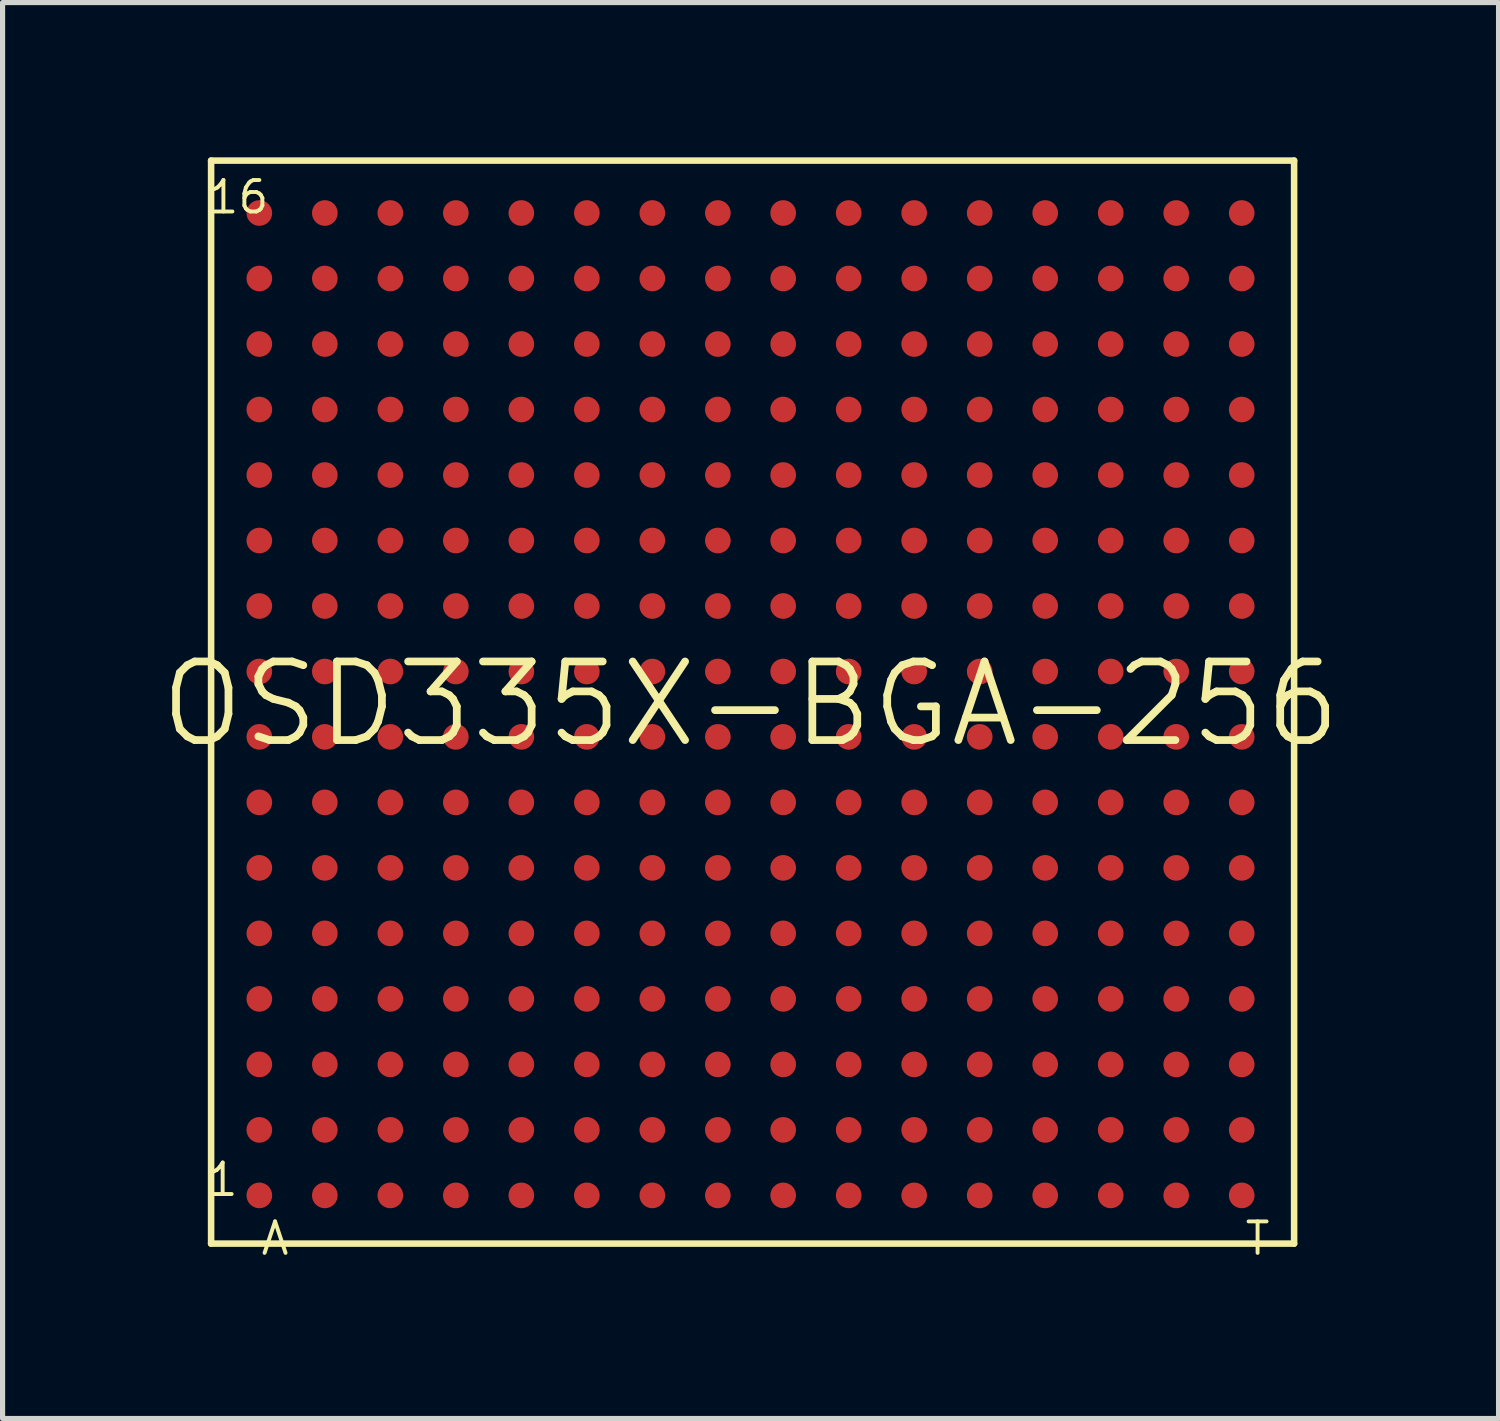
<source format=kicad_pcb>
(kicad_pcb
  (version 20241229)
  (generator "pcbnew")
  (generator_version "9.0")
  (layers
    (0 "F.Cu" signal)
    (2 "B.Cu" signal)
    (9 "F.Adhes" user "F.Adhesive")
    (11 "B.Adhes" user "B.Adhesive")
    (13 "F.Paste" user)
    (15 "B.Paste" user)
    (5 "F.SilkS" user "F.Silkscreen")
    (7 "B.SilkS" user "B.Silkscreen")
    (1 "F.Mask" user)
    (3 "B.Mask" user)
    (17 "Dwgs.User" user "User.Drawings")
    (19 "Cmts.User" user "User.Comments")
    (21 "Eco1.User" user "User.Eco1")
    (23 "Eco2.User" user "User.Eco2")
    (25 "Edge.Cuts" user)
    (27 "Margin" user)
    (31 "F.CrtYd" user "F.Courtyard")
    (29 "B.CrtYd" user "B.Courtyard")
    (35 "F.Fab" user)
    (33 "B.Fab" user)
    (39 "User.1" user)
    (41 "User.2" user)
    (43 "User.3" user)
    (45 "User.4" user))
  (footprint "OSD335X-BGA-256"
    (layer "F.Cu")
    (at 11.503 10.602)
    (property "Reference" "OSD335X-BGA-256" (at 0 0 0) (layer "F.SilkS") (effects (font (size 1.524 1.524) (thickness 0.15))))
    (attr smd)
    (fp_line (start -10.46 -10.538) (end -10.46 10.46) (stroke (width 0.127) (type solid)) (layer "F.SilkS"))
    (fp_line (start -10.46 10.46) (end 10.538 10.46) (stroke (width 0.127) (type solid)) (layer "F.SilkS"))
    (fp_line (start 10.538 -10.538) (end -10.46 -10.538) (stroke (width 0.127) (type solid)) (layer "F.SilkS"))
    (fp_line (start 10.538 10.46) (end 10.538 -10.538) (stroke (width 0.127) (type solid)) (layer "F.SilkS"))
    (fp_text user "T" (at 9.83 10.361 0) (layer "F.SilkS") (effects (font (size 0.61 0.61) (thickness 0.076))))
    (fp_text user "A" (at -9.22 10.361 0) (layer "F.SilkS") (effects (font (size 0.61 0.61) (thickness 0.076))))
    (fp_text user "16" (at -9.931 -9.83 0) (layer "F.SilkS") (effects (font (size 0.61 0.61) (thickness 0.076))))
    (fp_text user "1" (at -10.236 9.22 0) (layer "F.SilkS") (effects (font (size 0.61 0.61) (thickness 0.076))))
    (pad "A1" smd circle (at -9.525 9.525) (size 0.498 0.498) (layers "F.Cu" "F.Mask" "F.Paste"))
    (pad "A2" smd circle (at -9.525 8.255) (size 0.498 0.498) (layers "F.Cu" "F.Mask" "F.Paste"))
    (pad "A3" smd circle (at -9.525 6.985) (size 0.498 0.498) (layers "F.Cu" "F.Mask" "F.Paste"))
    (pad "A4" smd circle (at -9.525 5.715) (size 0.498 0.498) (layers "F.Cu" "F.Mask" "F.Paste"))
    (pad "A5" smd circle (at -9.525 4.445) (size 0.498 0.498) (layers "F.Cu" "F.Mask" "F.Paste"))
    (pad "A6" smd circle (at -9.525 3.175) (size 0.498 0.498) (layers "F.Cu" "F.Mask" "F.Paste"))
    (pad "A7" smd circle (at -9.525 1.905) (size 0.498 0.498) (layers "F.Cu" "F.Mask" "F.Paste"))
    (pad "A8" smd circle (at -9.525 0.635) (size 0.498 0.498) (layers "F.Cu" "F.Mask" "F.Paste"))
    (pad "A9" smd circle (at -9.525 -0.632) (size 0.498 0.498) (layers "F.Cu" "F.Mask" "F.Paste"))
    (pad "A10" smd circle (at -9.525 -1.902) (size 0.498 0.498) (layers "F.Cu" "F.Mask" "F.Paste"))
    (pad "A11" smd circle (at -9.525 -3.172) (size 0.498 0.498) (layers "F.Cu" "F.Mask" "F.Paste"))
    (pad "A12" smd circle (at -9.525 -4.442) (size 0.498 0.498) (layers "F.Cu" "F.Mask" "F.Paste"))
    (pad "A13" smd circle (at -9.525 -5.712) (size 0.498 0.498) (layers "F.Cu" "F.Mask" "F.Paste"))
    (pad "A14" smd circle (at -9.525 -6.982) (size 0.498 0.498) (layers "F.Cu" "F.Mask" "F.Paste"))
    (pad "A15" smd circle (at -9.525 -8.252) (size 0.498 0.498) (layers "F.Cu" "F.Mask" "F.Paste"))
    (pad "A16" smd circle (at -9.525 -9.522) (size 0.498 0.498) (layers "F.Cu" "F.Mask" "F.Paste"))
    (pad "B1" smd circle (at -8.255 9.525) (size 0.498 0.498) (layers "F.Cu" "F.Mask" "F.Paste"))
    (pad "B2" smd circle (at -8.255 8.255) (size 0.498 0.498) (layers "F.Cu" "F.Mask" "F.Paste"))
    (pad "B3" smd circle (at -8.255 6.985) (size 0.498 0.498) (layers "F.Cu" "F.Mask" "F.Paste"))
    (pad "B4" smd circle (at -8.255 5.715) (size 0.498 0.498) (layers "F.Cu" "F.Mask" "F.Paste"))
    (pad "B5" smd circle (at -8.255 4.445) (size 0.498 0.498) (layers "F.Cu" "F.Mask" "F.Paste"))
    (pad "B6" smd circle (at -8.255 3.175) (size 0.498 0.498) (layers "F.Cu" "F.Mask" "F.Paste"))
    (pad "B7" smd circle (at -8.255 1.905) (size 0.498 0.498) (layers "F.Cu" "F.Mask" "F.Paste"))
    (pad "B8" smd circle (at -8.255 0.635) (size 0.498 0.498) (layers "F.Cu" "F.Mask" "F.Paste"))
    (pad "B9" smd circle (at -8.255 -0.632) (size 0.498 0.498) (layers "F.Cu" "F.Mask" "F.Paste"))
    (pad "B10" smd circle (at -8.255 -1.902) (size 0.498 0.498) (layers "F.Cu" "F.Mask" "F.Paste"))
    (pad "B11" smd circle (at -8.255 -3.172) (size 0.498 0.498) (layers "F.Cu" "F.Mask" "F.Paste"))
    (pad "B12" smd circle (at -8.255 -4.442) (size 0.498 0.498) (layers "F.Cu" "F.Mask" "F.Paste"))
    (pad "B13" smd circle (at -8.255 -5.712) (size 0.498 0.498) (layers "F.Cu" "F.Mask" "F.Paste"))
    (pad "B14" smd circle (at -8.255 -6.982) (size 0.498 0.498) (layers "F.Cu" "F.Mask" "F.Paste"))
    (pad "B15" smd circle (at -8.255 -8.252) (size 0.498 0.498) (layers "F.Cu" "F.Mask" "F.Paste"))
    (pad "B16" smd circle (at -8.255 -9.522) (size 0.498 0.498) (layers "F.Cu" "F.Mask" "F.Paste"))
    (pad "C1" smd circle (at -6.985 9.525) (size 0.498 0.498) (layers "F.Cu" "F.Mask" "F.Paste"))
    (pad "C2" smd circle (at -6.985 8.255) (size 0.498 0.498) (layers "F.Cu" "F.Mask" "F.Paste"))
    (pad "C3" smd circle (at -6.985 6.985) (size 0.498 0.498) (layers "F.Cu" "F.Mask" "F.Paste"))
    (pad "C4" smd circle (at -6.985 5.715) (size 0.498 0.498) (layers "F.Cu" "F.Mask" "F.Paste"))
    (pad "C5" smd circle (at -6.985 4.445) (size 0.498 0.498) (layers "F.Cu" "F.Mask" "F.Paste"))
    (pad "C6" smd circle (at -6.985 3.175) (size 0.498 0.498) (layers "F.Cu" "F.Mask" "F.Paste"))
    (pad "C7" smd circle (at -6.985 1.905) (size 0.498 0.498) (layers "F.Cu" "F.Mask" "F.Paste"))
    (pad "C8" smd circle (at -6.985 0.635) (size 0.498 0.498) (layers "F.Cu" "F.Mask" "F.Paste"))
    (pad "C9" smd circle (at -6.985 -0.632) (size 0.498 0.498) (layers "F.Cu" "F.Mask" "F.Paste"))
    (pad "C10" smd circle (at -6.985 -1.902) (size 0.498 0.498) (layers "F.Cu" "F.Mask" "F.Paste"))
    (pad "C11" smd circle (at -6.985 -3.172) (size 0.498 0.498) (layers "F.Cu" "F.Mask" "F.Paste"))
    (pad "C12" smd circle (at -6.985 -4.442) (size 0.498 0.498) (layers "F.Cu" "F.Mask" "F.Paste"))
    (pad "C13" smd circle (at -6.985 -5.712) (size 0.498 0.498) (layers "F.Cu" "F.Mask" "F.Paste"))
    (pad "C14" smd circle (at -6.985 -6.982) (size 0.498 0.498) (layers "F.Cu" "F.Mask" "F.Paste"))
    (pad "C15" smd circle (at -6.985 -8.252) (size 0.498 0.498) (layers "F.Cu" "F.Mask" "F.Paste"))
    (pad "C16" smd circle (at -6.985 -9.522) (size 0.498 0.498) (layers "F.Cu" "F.Mask" "F.Paste"))
    (pad "D1" smd circle (at -5.715 9.525) (size 0.498 0.498) (layers "F.Cu" "F.Mask" "F.Paste"))
    (pad "D2" smd circle (at -5.715 8.255) (size 0.498 0.498) (layers "F.Cu" "F.Mask" "F.Paste"))
    (pad "D3" smd circle (at -5.715 6.985) (size 0.498 0.498) (layers "F.Cu" "F.Mask" "F.Paste"))
    (pad "D4" smd circle (at -5.715 5.715) (size 0.498 0.498) (layers "F.Cu" "F.Mask" "F.Paste"))
    (pad "D5" smd circle (at -5.715 4.445) (size 0.498 0.498) (layers "F.Cu" "F.Mask" "F.Paste"))
    (pad "D6" smd circle (at -5.715 3.175) (size 0.498 0.498) (layers "F.Cu" "F.Mask" "F.Paste"))
    (pad "D7" smd circle (at -5.715 1.905) (size 0.498 0.498) (layers "F.Cu" "F.Mask" "F.Paste"))
    (pad "D8" smd circle (at -5.715 0.635) (size 0.498 0.498) (layers "F.Cu" "F.Mask" "F.Paste"))
    (pad "D9" smd circle (at -5.715 -0.632) (size 0.498 0.498) (layers "F.Cu" "F.Mask" "F.Paste"))
    (pad "D10" smd circle (at -5.715 -1.902) (size 0.498 0.498) (layers "F.Cu" "F.Mask" "F.Paste"))
    (pad "D11" smd circle (at -5.715 -3.172) (size 0.498 0.498) (layers "F.Cu" "F.Mask" "F.Paste"))
    (pad "D12" smd circle (at -5.715 -4.442) (size 0.498 0.498) (layers "F.Cu" "F.Mask" "F.Paste"))
    (pad "D13" smd circle (at -5.715 -5.712) (size 0.498 0.498) (layers "F.Cu" "F.Mask" "F.Paste"))
    (pad "D14" smd circle (at -5.715 -6.982) (size 0.498 0.498) (layers "F.Cu" "F.Mask" "F.Paste"))
    (pad "D15" smd circle (at -5.715 -8.252) (size 0.498 0.498) (layers "F.Cu" "F.Mask" "F.Paste"))
    (pad "D16" smd circle (at -5.715 -9.522) (size 0.498 0.498) (layers "F.Cu" "F.Mask" "F.Paste"))
    (pad "E1" smd circle (at -4.445 9.525) (size 0.498 0.498) (layers "F.Cu" "F.Mask" "F.Paste"))
    (pad "E2" smd circle (at -4.445 8.255) (size 0.498 0.498) (layers "F.Cu" "F.Mask" "F.Paste"))
    (pad "E3" smd circle (at -4.445 6.985) (size 0.498 0.498) (layers "F.Cu" "F.Mask" "F.Paste"))
    (pad "E4" smd circle (at -4.445 5.715) (size 0.498 0.498) (layers "F.Cu" "F.Mask" "F.Paste"))
    (pad "E5" smd circle (at -4.445 4.445) (size 0.498 0.498) (layers "F.Cu" "F.Mask" "F.Paste"))
    (pad "E6" smd circle (at -4.445 3.175) (size 0.498 0.498) (layers "F.Cu" "F.Mask" "F.Paste"))
    (pad "E7" smd circle (at -4.445 1.905) (size 0.498 0.498) (layers "F.Cu" "F.Mask" "F.Paste"))
    (pad "E8" smd circle (at -4.445 0.635) (size 0.498 0.498) (layers "F.Cu" "F.Mask" "F.Paste"))
    (pad "E9" smd circle (at -4.445 -0.632) (size 0.498 0.498) (layers "F.Cu" "F.Mask" "F.Paste"))
    (pad "E10" smd circle (at -4.445 -1.902) (size 0.498 0.498) (layers "F.Cu" "F.Mask" "F.Paste"))
    (pad "E11" smd circle (at -4.445 -3.172) (size 0.498 0.498) (layers "F.Cu" "F.Mask" "F.Paste"))
    (pad "E12" smd circle (at -4.445 -4.442) (size 0.498 0.498) (layers "F.Cu" "F.Mask" "F.Paste"))
    (pad "E13" smd circle (at -4.445 -5.712) (size 0.498 0.498) (layers "F.Cu" "F.Mask" "F.Paste"))
    (pad "E14" smd circle (at -4.445 -6.982) (size 0.498 0.498) (layers "F.Cu" "F.Mask" "F.Paste"))
    (pad "E15" smd circle (at -4.445 -8.252) (size 0.498 0.498) (layers "F.Cu" "F.Mask" "F.Paste"))
    (pad "E16" smd circle (at -4.445 -9.522) (size 0.498 0.498) (layers "F.Cu" "F.Mask" "F.Paste"))
    (pad "F1" smd circle (at -3.175 9.525) (size 0.498 0.498) (layers "F.Cu" "F.Mask" "F.Paste"))
    (pad "F2" smd circle (at -3.175 8.255) (size 0.498 0.498) (layers "F.Cu" "F.Mask" "F.Paste"))
    (pad "F3" smd circle (at -3.175 6.985) (size 0.498 0.498) (layers "F.Cu" "F.Mask" "F.Paste"))
    (pad "F4" smd circle (at -3.175 5.715) (size 0.498 0.498) (layers "F.Cu" "F.Mask" "F.Paste"))
    (pad "F5" smd circle (at -3.175 4.445) (size 0.498 0.498) (layers "F.Cu" "F.Mask" "F.Paste"))
    (pad "F6" smd circle (at -3.175 3.175) (size 0.498 0.498) (layers "F.Cu" "F.Mask" "F.Paste"))
    (pad "F7" smd circle (at -3.175 1.905) (size 0.498 0.498) (layers "F.Cu" "F.Mask" "F.Paste"))
    (pad "F8" smd circle (at -3.175 0.635) (size 0.498 0.498) (layers "F.Cu" "F.Mask" "F.Paste"))
    (pad "F9" smd circle (at -3.175 -0.632) (size 0.498 0.498) (layers "F.Cu" "F.Mask" "F.Paste"))
    (pad "F10" smd circle (at -3.175 -1.902) (size 0.498 0.498) (layers "F.Cu" "F.Mask" "F.Paste"))
    (pad "F11" smd circle (at -3.175 -3.172) (size 0.498 0.498) (layers "F.Cu" "F.Mask" "F.Paste"))
    (pad "F12" smd circle (at -3.175 -4.442) (size 0.498 0.498) (layers "F.Cu" "F.Mask" "F.Paste"))
    (pad "F13" smd circle (at -3.175 -5.712) (size 0.498 0.498) (layers "F.Cu" "F.Mask" "F.Paste"))
    (pad "F14" smd circle (at -3.175 -6.982) (size 0.498 0.498) (layers "F.Cu" "F.Mask" "F.Paste"))
    (pad "F15" smd circle (at -3.175 -8.252) (size 0.498 0.498) (layers "F.Cu" "F.Mask" "F.Paste"))
    (pad "F16" smd circle (at -3.175 -9.522) (size 0.498 0.498) (layers "F.Cu" "F.Mask" "F.Paste"))
    (pad "G1" smd circle (at -1.905 9.525) (size 0.498 0.498) (layers "F.Cu" "F.Mask" "F.Paste"))
    (pad "G2" smd circle (at -1.905 8.255) (size 0.498 0.498) (layers "F.Cu" "F.Mask" "F.Paste"))
    (pad "G3" smd circle (at -1.905 6.985) (size 0.498 0.498) (layers "F.Cu" "F.Mask" "F.Paste"))
    (pad "G4" smd circle (at -1.905 5.715) (size 0.498 0.498) (layers "F.Cu" "F.Mask" "F.Paste"))
    (pad "G5" smd circle (at -1.905 4.445) (size 0.498 0.498) (layers "F.Cu" "F.Mask" "F.Paste"))
    (pad "G6" smd circle (at -1.905 3.175) (size 0.498 0.498) (layers "F.Cu" "F.Mask" "F.Paste"))
    (pad "G7" smd circle (at -1.905 1.905) (size 0.498 0.498) (layers "F.Cu" "F.Mask" "F.Paste"))
    (pad "G8" smd circle (at -1.905 0.635) (size 0.498 0.498) (layers "F.Cu" "F.Mask" "F.Paste"))
    (pad "G9" smd circle (at -1.905 -0.632) (size 0.498 0.498) (layers "F.Cu" "F.Mask" "F.Paste"))
    (pad "G10" smd circle (at -1.905 -1.902) (size 0.498 0.498) (layers "F.Cu" "F.Mask" "F.Paste"))
    (pad "G11" smd circle (at -1.905 -3.172) (size 0.498 0.498) (layers "F.Cu" "F.Mask" "F.Paste"))
    (pad "G12" smd circle (at -1.905 -4.442) (size 0.498 0.498) (layers "F.Cu" "F.Mask" "F.Paste"))
    (pad "G13" smd circle (at -1.905 -5.712) (size 0.498 0.498) (layers "F.Cu" "F.Mask" "F.Paste"))
    (pad "G14" smd circle (at -1.905 -6.982) (size 0.498 0.498) (layers "F.Cu" "F.Mask" "F.Paste"))
    (pad "G15" smd circle (at -1.905 -8.252) (size 0.498 0.498) (layers "F.Cu" "F.Mask" "F.Paste"))
    (pad "G16" smd circle (at -1.905 -9.522) (size 0.498 0.498) (layers "F.Cu" "F.Mask" "F.Paste"))
    (pad "H1" smd circle (at -0.635 9.525) (size 0.498 0.498) (layers "F.Cu" "F.Mask" "F.Paste"))
    (pad "H2" smd circle (at -0.635 8.255) (size 0.498 0.498) (layers "F.Cu" "F.Mask" "F.Paste"))
    (pad "H3" smd circle (at -0.635 6.985) (size 0.498 0.498) (layers "F.Cu" "F.Mask" "F.Paste"))
    (pad "H4" smd circle (at -0.635 5.715) (size 0.498 0.498) (layers "F.Cu" "F.Mask" "F.Paste"))
    (pad "H5" smd circle (at -0.635 4.445) (size 0.498 0.498) (layers "F.Cu" "F.Mask" "F.Paste"))
    (pad "H6" smd circle (at -0.635 3.175) (size 0.498 0.498) (layers "F.Cu" "F.Mask" "F.Paste"))
    (pad "H7" smd circle (at -0.635 1.905) (size 0.498 0.498) (layers "F.Cu" "F.Mask" "F.Paste"))
    (pad "H8" smd circle (at -0.635 0.635) (size 0.498 0.498) (layers "F.Cu" "F.Mask" "F.Paste"))
    (pad "H9" smd circle (at -0.635 -0.632) (size 0.498 0.498) (layers "F.Cu" "F.Mask" "F.Paste"))
    (pad "H10" smd circle (at -0.635 -1.902) (size 0.498 0.498) (layers "F.Cu" "F.Mask" "F.Paste"))
    (pad "H11" smd circle (at -0.635 -3.172) (size 0.498 0.498) (layers "F.Cu" "F.Mask" "F.Paste"))
    (pad "H12" smd circle (at -0.635 -4.442) (size 0.498 0.498) (layers "F.Cu" "F.Mask" "F.Paste"))
    (pad "H13" smd circle (at -0.635 -5.712) (size 0.498 0.498) (layers "F.Cu" "F.Mask" "F.Paste"))
    (pad "H14" smd circle (at -0.635 -6.982) (size 0.498 0.498) (layers "F.Cu" "F.Mask" "F.Paste"))
    (pad "H15" smd circle (at -0.635 -8.252) (size 0.498 0.498) (layers "F.Cu" "F.Mask" "F.Paste"))
    (pad "H16" smd circle (at -0.635 -9.522) (size 0.498 0.498) (layers "F.Cu" "F.Mask" "F.Paste"))
    (pad "J1" smd circle (at 0.632 9.525) (size 0.498 0.498) (layers "F.Cu" "F.Mask" "F.Paste"))
    (pad "J2" smd circle (at 0.632 8.255) (size 0.498 0.498) (layers "F.Cu" "F.Mask" "F.Paste"))
    (pad "J3" smd circle (at 0.632 6.985) (size 0.498 0.498) (layers "F.Cu" "F.Mask" "F.Paste"))
    (pad "J4" smd circle (at 0.632 5.715) (size 0.498 0.498) (layers "F.Cu" "F.Mask" "F.Paste"))
    (pad "J5" smd circle (at 0.632 4.445) (size 0.498 0.498) (layers "F.Cu" "F.Mask" "F.Paste"))
    (pad "J6" smd circle (at 0.632 3.175) (size 0.498 0.498) (layers "F.Cu" "F.Mask" "F.Paste"))
    (pad "J7" smd circle (at 0.632 1.905) (size 0.498 0.498) (layers "F.Cu" "F.Mask" "F.Paste"))
    (pad "J8" smd circle (at 0.632 0.635) (size 0.498 0.498) (layers "F.Cu" "F.Mask" "F.Paste"))
    (pad "J9" smd circle (at 0.632 -0.632) (size 0.498 0.498) (layers "F.Cu" "F.Mask" "F.Paste"))
    (pad "J10" smd circle (at 0.632 -1.902) (size 0.498 0.498) (layers "F.Cu" "F.Mask" "F.Paste"))
    (pad "J11" smd circle (at 0.632 -3.172) (size 0.498 0.498) (layers "F.Cu" "F.Mask" "F.Paste"))
    (pad "J12" smd circle (at 0.632 -4.442) (size 0.498 0.498) (layers "F.Cu" "F.Mask" "F.Paste"))
    (pad "J13" smd circle (at 0.632 -5.712) (size 0.498 0.498) (layers "F.Cu" "F.Mask" "F.Paste"))
    (pad "J14" smd circle (at 0.632 -6.982) (size 0.498 0.498) (layers "F.Cu" "F.Mask" "F.Paste"))
    (pad "J15" smd circle (at 0.632 -8.252) (size 0.498 0.498) (layers "F.Cu" "F.Mask" "F.Paste"))
    (pad "J16" smd circle (at 0.632 -9.522) (size 0.498 0.498) (layers "F.Cu" "F.Mask" "F.Paste"))
    (pad "K1" smd circle (at 1.902 9.525) (size 0.498 0.498) (layers "F.Cu" "F.Mask" "F.Paste"))
    (pad "K2" smd circle (at 1.902 8.255) (size 0.498 0.498) (layers "F.Cu" "F.Mask" "F.Paste"))
    (pad "K3" smd circle (at 1.902 6.985) (size 0.498 0.498) (layers "F.Cu" "F.Mask" "F.Paste"))
    (pad "K4" smd circle (at 1.902 5.715) (size 0.498 0.498) (layers "F.Cu" "F.Mask" "F.Paste"))
    (pad "K5" smd circle (at 1.902 4.445) (size 0.498 0.498) (layers "F.Cu" "F.Mask" "F.Paste"))
    (pad "K6" smd circle (at 1.902 3.175) (size 0.498 0.498) (layers "F.Cu" "F.Mask" "F.Paste"))
    (pad "K7" smd circle (at 1.902 1.905) (size 0.498 0.498) (layers "F.Cu" "F.Mask" "F.Paste"))
    (pad "K8" smd circle (at 1.902 0.635) (size 0.498 0.498) (layers "F.Cu" "F.Mask" "F.Paste"))
    (pad "K9" smd circle (at 1.902 -0.632) (size 0.498 0.498) (layers "F.Cu" "F.Mask" "F.Paste"))
    (pad "K10" smd circle (at 1.902 -1.902) (size 0.498 0.498) (layers "F.Cu" "F.Mask" "F.Paste"))
    (pad "K11" smd circle (at 1.902 -3.172) (size 0.498 0.498) (layers "F.Cu" "F.Mask" "F.Paste"))
    (pad "K12" smd circle (at 1.902 -4.442) (size 0.498 0.498) (layers "F.Cu" "F.Mask" "F.Paste"))
    (pad "K13" smd circle (at 1.902 -5.712) (size 0.498 0.498) (layers "F.Cu" "F.Mask" "F.Paste"))
    (pad "K14" smd circle (at 1.902 -6.982) (size 0.498 0.498) (layers "F.Cu" "F.Mask" "F.Paste"))
    (pad "K15" smd circle (at 1.902 -8.252) (size 0.498 0.498) (layers "F.Cu" "F.Mask" "F.Paste"))
    (pad "K16" smd circle (at 1.902 -9.522) (size 0.498 0.498) (layers "F.Cu" "F.Mask" "F.Paste"))
    (pad "L1" smd circle (at 3.172 9.525) (size 0.498 0.498) (layers "F.Cu" "F.Mask" "F.Paste"))
    (pad "L2" smd circle (at 3.172 8.255) (size 0.498 0.498) (layers "F.Cu" "F.Mask" "F.Paste"))
    (pad "L3" smd circle (at 3.172 6.985) (size 0.498 0.498) (layers "F.Cu" "F.Mask" "F.Paste"))
    (pad "L4" smd circle (at 3.172 5.715) (size 0.498 0.498) (layers "F.Cu" "F.Mask" "F.Paste"))
    (pad "L5" smd circle (at 3.172 4.445) (size 0.498 0.498) (layers "F.Cu" "F.Mask" "F.Paste"))
    (pad "L6" smd circle (at 3.172 3.175) (size 0.498 0.498) (layers "F.Cu" "F.Mask" "F.Paste"))
    (pad "L7" smd circle (at 3.172 1.905) (size 0.498 0.498) (layers "F.Cu" "F.Mask" "F.Paste"))
    (pad "L8" smd circle (at 3.172 0.635) (size 0.498 0.498) (layers "F.Cu" "F.Mask" "F.Paste"))
    (pad "L9" smd circle (at 3.172 -0.632) (size 0.498 0.498) (layers "F.Cu" "F.Mask" "F.Paste"))
    (pad "L10" smd circle (at 3.172 -1.902) (size 0.498 0.498) (layers "F.Cu" "F.Mask" "F.Paste"))
    (pad "L11" smd circle (at 3.172 -3.172) (size 0.498 0.498) (layers "F.Cu" "F.Mask" "F.Paste"))
    (pad "L12" smd circle (at 3.172 -4.442) (size 0.498 0.498) (layers "F.Cu" "F.Mask" "F.Paste"))
    (pad "L13" smd circle (at 3.172 -5.712) (size 0.498 0.498) (layers "F.Cu" "F.Mask" "F.Paste"))
    (pad "L14" smd circle (at 3.172 -6.982) (size 0.498 0.498) (layers "F.Cu" "F.Mask" "F.Paste"))
    (pad "L15" smd circle (at 3.172 -8.252) (size 0.498 0.498) (layers "F.Cu" "F.Mask" "F.Paste"))
    (pad "L16" smd circle (at 3.172 -9.522) (size 0.498 0.498) (layers "F.Cu" "F.Mask" "F.Paste"))
    (pad "M1" smd circle (at 4.442 9.525) (size 0.498 0.498) (layers "F.Cu" "F.Mask" "F.Paste"))
    (pad "M2" smd circle (at 4.442 8.255) (size 0.498 0.498) (layers "F.Cu" "F.Mask" "F.Paste"))
    (pad "M3" smd circle (at 4.442 6.985) (size 0.498 0.498) (layers "F.Cu" "F.Mask" "F.Paste"))
    (pad "M4" smd circle (at 4.442 5.715) (size 0.498 0.498) (layers "F.Cu" "F.Mask" "F.Paste"))
    (pad "M5" smd circle (at 4.442 4.445) (size 0.498 0.498) (layers "F.Cu" "F.Mask" "F.Paste"))
    (pad "M6" smd circle (at 4.442 3.175) (size 0.498 0.498) (layers "F.Cu" "F.Mask" "F.Paste"))
    (pad "M7" smd circle (at 4.442 1.905) (size 0.498 0.498) (layers "F.Cu" "F.Mask" "F.Paste"))
    (pad "M8" smd circle (at 4.442 0.635) (size 0.498 0.498) (layers "F.Cu" "F.Mask" "F.Paste"))
    (pad "M9" smd circle (at 4.442 -0.632) (size 0.498 0.498) (layers "F.Cu" "F.Mask" "F.Paste"))
    (pad "M10" smd circle (at 4.442 -1.902) (size 0.498 0.498) (layers "F.Cu" "F.Mask" "F.Paste"))
    (pad "M11" smd circle (at 4.442 -3.172) (size 0.498 0.498) (layers "F.Cu" "F.Mask" "F.Paste"))
    (pad "M12" smd circle (at 4.442 -4.442) (size 0.498 0.498) (layers "F.Cu" "F.Mask" "F.Paste"))
    (pad "M13" smd circle (at 4.442 -5.712) (size 0.498 0.498) (layers "F.Cu" "F.Mask" "F.Paste"))
    (pad "M14" smd circle (at 4.442 -6.982) (size 0.498 0.498) (layers "F.Cu" "F.Mask" "F.Paste"))
    (pad "M15" smd circle (at 4.442 -8.252) (size 0.498 0.498) (layers "F.Cu" "F.Mask" "F.Paste"))
    (pad "M16" smd circle (at 4.442 -9.522) (size 0.498 0.498) (layers "F.Cu" "F.Mask" "F.Paste"))
    (pad "N1" smd circle (at 5.712 9.525) (size 0.498 0.498) (layers "F.Cu" "F.Mask" "F.Paste"))
    (pad "N2" smd circle (at 5.712 8.255) (size 0.498 0.498) (layers "F.Cu" "F.Mask" "F.Paste"))
    (pad "N3" smd circle (at 5.712 6.985) (size 0.498 0.498) (layers "F.Cu" "F.Mask" "F.Paste"))
    (pad "N4" smd circle (at 5.712 5.715) (size 0.498 0.498) (layers "F.Cu" "F.Mask" "F.Paste"))
    (pad "N5" smd circle (at 5.712 4.445) (size 0.498 0.498) (layers "F.Cu" "F.Mask" "F.Paste"))
    (pad "N6" smd circle (at 5.712 3.175) (size 0.498 0.498) (layers "F.Cu" "F.Mask" "F.Paste"))
    (pad "N7" smd circle (at 5.712 1.905) (size 0.498 0.498) (layers "F.Cu" "F.Mask" "F.Paste"))
    (pad "N8" smd circle (at 5.712 0.635) (size 0.498 0.498) (layers "F.Cu" "F.Mask" "F.Paste"))
    (pad "N9" smd circle (at 5.712 -0.632) (size 0.498 0.498) (layers "F.Cu" "F.Mask" "F.Paste"))
    (pad "N10" smd circle (at 5.712 -1.902) (size 0.498 0.498) (layers "F.Cu" "F.Mask" "F.Paste"))
    (pad "N11" smd circle (at 5.712 -3.172) (size 0.498 0.498) (layers "F.Cu" "F.Mask" "F.Paste"))
    (pad "N12" smd circle (at 5.712 -4.442) (size 0.498 0.498) (layers "F.Cu" "F.Mask" "F.Paste"))
    (pad "N13" smd circle (at 5.712 -5.712) (size 0.498 0.498) (layers "F.Cu" "F.Mask" "F.Paste"))
    (pad "N14" smd circle (at 5.712 -6.982) (size 0.498 0.498) (layers "F.Cu" "F.Mask" "F.Paste"))
    (pad "N15" smd circle (at 5.712 -8.252) (size 0.498 0.498) (layers "F.Cu" "F.Mask" "F.Paste"))
    (pad "N16" smd circle (at 5.712 -9.522) (size 0.498 0.498) (layers "F.Cu" "F.Mask" "F.Paste"))
    (pad "P1" smd circle (at 6.982 9.525) (size 0.498 0.498) (layers "F.Cu" "F.Mask" "F.Paste"))
    (pad "P2" smd circle (at 6.982 8.255) (size 0.498 0.498) (layers "F.Cu" "F.Mask" "F.Paste"))
    (pad "P3" smd circle (at 6.982 6.985) (size 0.498 0.498) (layers "F.Cu" "F.Mask" "F.Paste"))
    (pad "P4" smd circle (at 6.982 5.715) (size 0.498 0.498) (layers "F.Cu" "F.Mask" "F.Paste"))
    (pad "P5" smd circle (at 6.982 4.445) (size 0.498 0.498) (layers "F.Cu" "F.Mask" "F.Paste"))
    (pad "P6" smd circle (at 6.982 3.175) (size 0.498 0.498) (layers "F.Cu" "F.Mask" "F.Paste"))
    (pad "P7" smd circle (at 6.982 1.905) (size 0.498 0.498) (layers "F.Cu" "F.Mask" "F.Paste"))
    (pad "P8" smd circle (at 6.982 0.635) (size 0.498 0.498) (layers "F.Cu" "F.Mask" "F.Paste"))
    (pad "P9" smd circle (at 6.982 -0.632) (size 0.498 0.498) (layers "F.Cu" "F.Mask" "F.Paste"))
    (pad "P10" smd circle (at 6.982 -1.902) (size 0.498 0.498) (layers "F.Cu" "F.Mask" "F.Paste"))
    (pad "P11" smd circle (at 6.982 -3.172) (size 0.498 0.498) (layers "F.Cu" "F.Mask" "F.Paste"))
    (pad "P12" smd circle (at 6.982 -4.442) (size 0.498 0.498) (layers "F.Cu" "F.Mask" "F.Paste"))
    (pad "P13" smd circle (at 6.982 -5.712) (size 0.498 0.498) (layers "F.Cu" "F.Mask" "F.Paste"))
    (pad "P14" smd circle (at 6.982 -6.982) (size 0.498 0.498) (layers "F.Cu" "F.Mask" "F.Paste"))
    (pad "P15" smd circle (at 6.982 -8.252) (size 0.498 0.498) (layers "F.Cu" "F.Mask" "F.Paste"))
    (pad "P16" smd circle (at 6.982 -9.522) (size 0.498 0.498) (layers "F.Cu" "F.Mask" "F.Paste"))
    (pad "R1" smd circle (at 8.252 9.525) (size 0.498 0.498) (layers "F.Cu" "F.Mask" "F.Paste"))
    (pad "R2" smd circle (at 8.252 8.255) (size 0.498 0.498) (layers "F.Cu" "F.Mask" "F.Paste"))
    (pad "R3" smd circle (at 8.252 6.985) (size 0.498 0.498) (layers "F.Cu" "F.Mask" "F.Paste"))
    (pad "R4" smd circle (at 8.252 5.715) (size 0.498 0.498) (layers "F.Cu" "F.Mask" "F.Paste"))
    (pad "R5" smd circle (at 8.252 4.445) (size 0.498 0.498) (layers "F.Cu" "F.Mask" "F.Paste"))
    (pad "R6" smd circle (at 8.252 3.175) (size 0.498 0.498) (layers "F.Cu" "F.Mask" "F.Paste"))
    (pad "R7" smd circle (at 8.252 1.905) (size 0.498 0.498) (layers "F.Cu" "F.Mask" "F.Paste"))
    (pad "R8" smd circle (at 8.252 0.635) (size 0.498 0.498) (layers "F.Cu" "F.Mask" "F.Paste"))
    (pad "R9" smd circle (at 8.252 -0.632) (size 0.498 0.498) (layers "F.Cu" "F.Mask" "F.Paste"))
    (pad "R10" smd circle (at 8.252 -1.902) (size 0.498 0.498) (layers "F.Cu" "F.Mask" "F.Paste"))
    (pad "R11" smd circle (at 8.252 -3.172) (size 0.498 0.498) (layers "F.Cu" "F.Mask" "F.Paste"))
    (pad "R12" smd circle (at 8.252 -4.442) (size 0.498 0.498) (layers "F.Cu" "F.Mask" "F.Paste"))
    (pad "R13" smd circle (at 8.252 -5.712) (size 0.498 0.498) (layers "F.Cu" "F.Mask" "F.Paste"))
    (pad "R14" smd circle (at 8.252 -6.982) (size 0.498 0.498) (layers "F.Cu" "F.Mask" "F.Paste"))
    (pad "R15" smd circle (at 8.252 -8.252) (size 0.498 0.498) (layers "F.Cu" "F.Mask" "F.Paste"))
    (pad "R16" smd circle (at 8.252 -9.522) (size 0.498 0.498) (layers "F.Cu" "F.Mask" "F.Paste"))
    (pad "T1" smd circle (at 9.522 9.525) (size 0.498 0.498) (layers "F.Cu" "F.Mask" "F.Paste"))
    (pad "T2" smd circle (at 9.522 8.255) (size 0.498 0.498) (layers "F.Cu" "F.Mask" "F.Paste"))
    (pad "T3" smd circle (at 9.522 6.985) (size 0.498 0.498) (layers "F.Cu" "F.Mask" "F.Paste"))
    (pad "T4" smd circle (at 9.522 5.715) (size 0.498 0.498) (layers "F.Cu" "F.Mask" "F.Paste"))
    (pad "T5" smd circle (at 9.522 4.445) (size 0.498 0.498) (layers "F.Cu" "F.Mask" "F.Paste"))
    (pad "T6" smd circle (at 9.522 3.175) (size 0.498 0.498) (layers "F.Cu" "F.Mask" "F.Paste"))
    (pad "T7" smd circle (at 9.522 1.905) (size 0.498 0.498) (layers "F.Cu" "F.Mask" "F.Paste"))
    (pad "T8" smd circle (at 9.522 0.635) (size 0.498 0.498) (layers "F.Cu" "F.Mask" "F.Paste"))
    (pad "T9" smd circle (at 9.522 -0.632) (size 0.498 0.498) (layers "F.Cu" "F.Mask" "F.Paste"))
    (pad "T10" smd circle (at 9.522 -1.902) (size 0.498 0.498) (layers "F.Cu" "F.Mask" "F.Paste"))
    (pad "T11" smd circle (at 9.522 -3.172) (size 0.498 0.498) (layers "F.Cu" "F.Mask" "F.Paste"))
    (pad "T12" smd circle (at 9.522 -4.442) (size 0.498 0.498) (layers "F.Cu" "F.Mask" "F.Paste"))
    (pad "T13" smd circle (at 9.522 -5.712) (size 0.498 0.498) (layers "F.Cu" "F.Mask" "F.Paste"))
    (pad "T14" smd circle (at 9.522 -6.982) (size 0.498 0.498) (layers "F.Cu" "F.Mask" "F.Paste"))
    (pad "T15" smd circle (at 9.522 -8.252) (size 0.498 0.498) (layers "F.Cu" "F.Mask" "F.Paste"))
    (pad "T16" smd circle (at 9.522 -9.522) (size 0.498 0.498) (layers "F.Cu" "F.Mask" "F.Paste")))
  (gr_rect
    (start -3 -3)
    (end 26.005 24.453)
    (stroke (width 0.1) (type default))
    (fill no)
    (layer "Edge.Cuts")))
</source>
